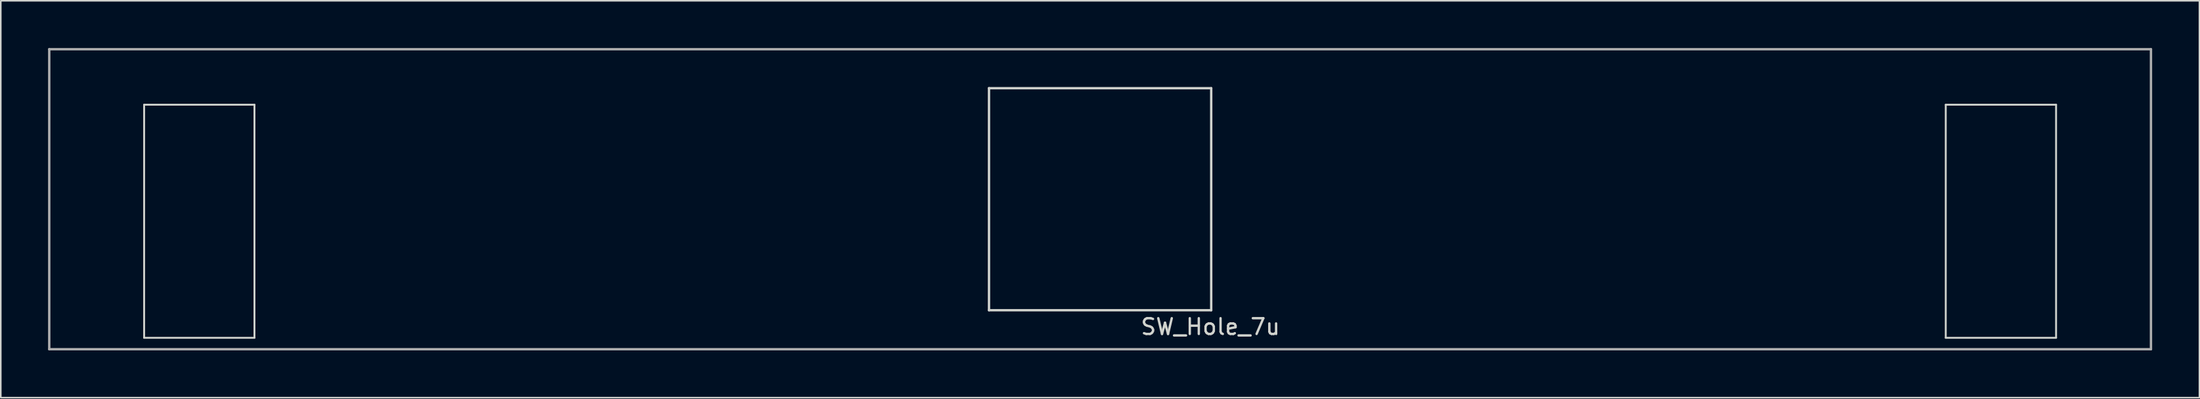
<source format=kicad_pcb>
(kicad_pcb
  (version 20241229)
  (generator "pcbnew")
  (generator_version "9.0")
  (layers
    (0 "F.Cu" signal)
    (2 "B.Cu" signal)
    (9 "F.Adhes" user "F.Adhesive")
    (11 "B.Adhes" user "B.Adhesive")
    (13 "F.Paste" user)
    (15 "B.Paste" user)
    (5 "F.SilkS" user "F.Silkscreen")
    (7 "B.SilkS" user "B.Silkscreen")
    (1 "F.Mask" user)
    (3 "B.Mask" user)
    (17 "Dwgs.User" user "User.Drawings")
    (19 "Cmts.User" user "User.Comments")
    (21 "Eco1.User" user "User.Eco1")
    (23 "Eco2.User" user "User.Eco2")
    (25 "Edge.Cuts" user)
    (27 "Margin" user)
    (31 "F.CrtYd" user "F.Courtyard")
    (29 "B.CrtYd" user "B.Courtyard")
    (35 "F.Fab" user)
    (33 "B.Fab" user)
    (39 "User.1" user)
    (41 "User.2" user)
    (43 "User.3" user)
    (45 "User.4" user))
  (footprint "SW_Hole_7u"
    (layer "F.Cu")
    (at 66.756 9.6)
    (property "Reference" "SW_Hole_7u" (at 7 8.1 0) (layer "Edge.Cuts") (effects (font (size 1 1) (thickness 0.15))))
    (attr through_hole)
    (fp_line (start -60.66 -6) (end -53.66 -6) (stroke (width 0.12) (type solid)) (layer "Edge.Cuts"))
    (fp_line (start -60.66 8.8) (end -60.66 -6) (stroke (width 0.12) (type solid)) (layer "Edge.Cuts"))
    (fp_line (start -53.66 -6) (end -53.66 8.8) (stroke (width 0.12) (type solid)) (layer "Edge.Cuts"))
    (fp_line (start -53.66 8.8) (end -60.66 8.8) (stroke (width 0.12) (type solid)) (layer "Edge.Cuts"))
    (fp_line (start -7.05 -7.05) (end 7.05 -7.05) (stroke (width 0.15) (type solid)) (layer "Edge.Cuts"))
    (fp_line (start -7.05 7.05) (end -7.05 -7.05) (stroke (width 0.15) (type solid)) (layer "Edge.Cuts"))
    (fp_line (start 7.05 -7.05) (end 7.05 7.05) (stroke (width 0.15) (type solid)) (layer "Edge.Cuts"))
    (fp_line (start 7.05 7.05) (end -7.05 7.05) (stroke (width 0.15) (type solid)) (layer "Edge.Cuts"))
    (fp_line (start 53.66 -6) (end 53.66 8.8) (stroke (width 0.12) (type solid)) (layer "Edge.Cuts"))
    (fp_line (start 53.66 8.8) (end 60.66 8.8) (stroke (width 0.12) (type solid)) (layer "Edge.Cuts"))
    (fp_line (start 60.66 -6) (end 53.66 -6) (stroke (width 0.12) (type solid)) (layer "Edge.Cuts"))
    (fp_line (start 60.66 8.8) (end 60.66 -6) (stroke (width 0.12) (type solid)) (layer "Edge.Cuts"))
    (fp_line (start -66.681 -9.525) (end -66.681 9.525) (stroke (width 0.15) (type solid)) (layer "F.Fab"))
    (fp_line (start -66.681 9.525) (end 66.681 9.525) (stroke (width 0.15) (type solid)) (layer "F.Fab"))
    (fp_line (start 66.681 -9.525) (end -66.681 -9.525) (stroke (width 0.15) (type solid)) (layer "F.Fab"))
    (fp_line (start 66.681 9.525) (end 66.681 -9.525) (stroke (width 0.15) (type solid)) (layer "F.Fab")))
  (gr_rect
    (start -3 -3)
    (end 136.512 22.2)
    (stroke (width 0.1) (type default))
    (fill no)
    (layer "Edge.Cuts")))
</source>
